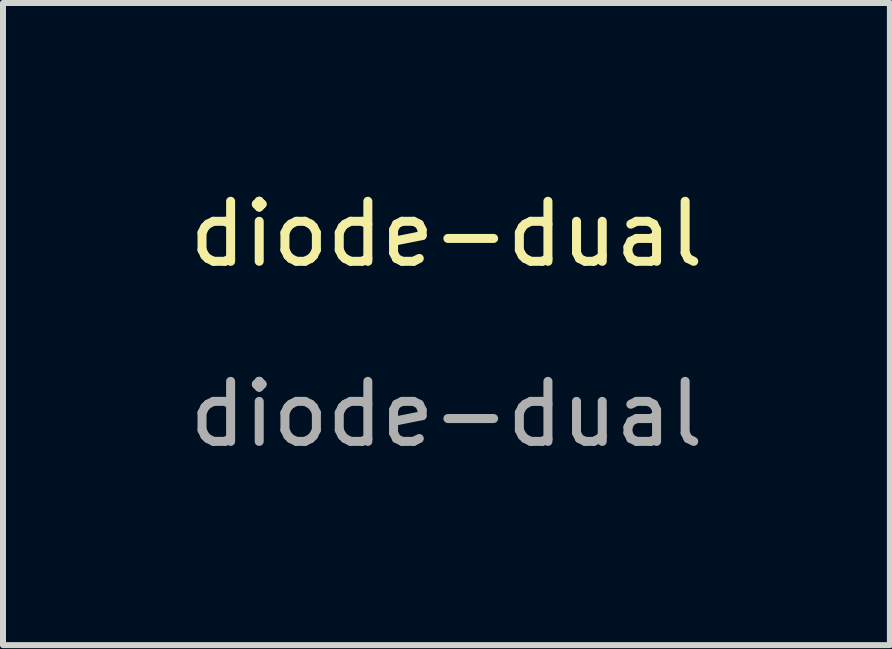
<source format=kicad_pcb>
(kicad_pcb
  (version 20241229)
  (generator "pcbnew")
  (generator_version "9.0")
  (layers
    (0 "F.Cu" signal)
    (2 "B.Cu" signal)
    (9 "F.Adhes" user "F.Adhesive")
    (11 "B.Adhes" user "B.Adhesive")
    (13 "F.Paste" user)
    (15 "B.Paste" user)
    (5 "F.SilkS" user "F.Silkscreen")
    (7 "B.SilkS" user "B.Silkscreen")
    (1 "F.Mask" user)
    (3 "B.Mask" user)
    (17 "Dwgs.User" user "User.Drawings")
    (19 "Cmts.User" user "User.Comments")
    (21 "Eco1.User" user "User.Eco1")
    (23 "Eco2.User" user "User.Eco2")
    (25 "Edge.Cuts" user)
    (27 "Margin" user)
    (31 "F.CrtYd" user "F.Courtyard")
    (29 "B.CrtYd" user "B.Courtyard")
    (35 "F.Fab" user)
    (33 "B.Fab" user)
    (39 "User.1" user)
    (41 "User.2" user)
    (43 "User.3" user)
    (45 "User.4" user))
  (footprint "diode-dual"
    (layer "F.Cu")
    (at 4.387 1.348)
    (property "Reference" "diode-dual" (at 0 -0.5 0) (unlocked yes) (layer "F.SilkS") (effects (font (size 1 1) (thickness 0.15))))
    (fp_text user "${REFERENCE}" (at 0 2.5 0) (unlocked yes) (layer "F.Fab") (effects (font (size 1 1) (thickness 0.15)))))
  (gr_rect
    (start -3 -3)
    (end 11.774 7.697)
    (stroke (width 0.1) (type default))
    (fill no)
    (layer "Edge.Cuts")))
</source>
